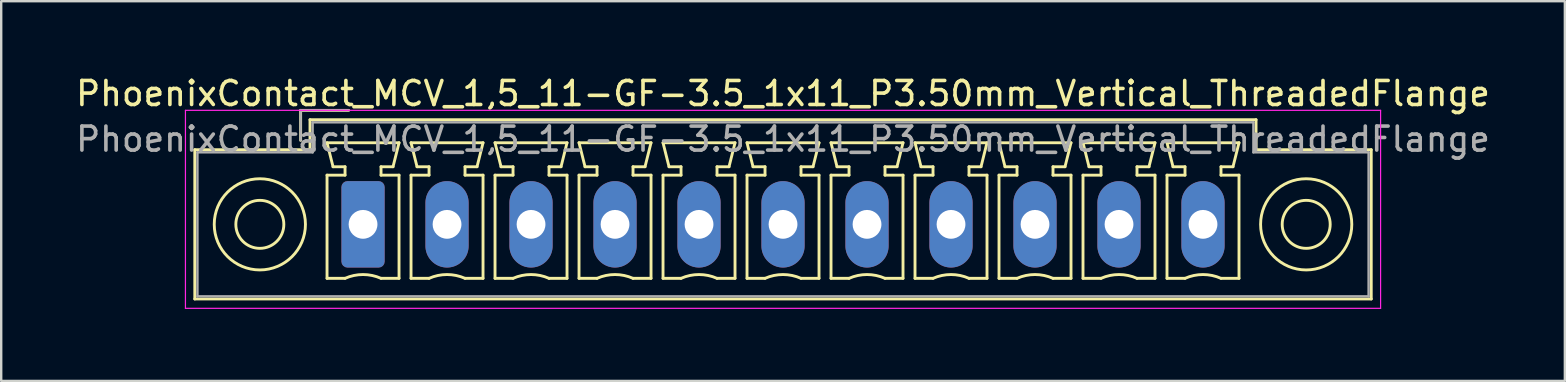
<source format=kicad_pcb>
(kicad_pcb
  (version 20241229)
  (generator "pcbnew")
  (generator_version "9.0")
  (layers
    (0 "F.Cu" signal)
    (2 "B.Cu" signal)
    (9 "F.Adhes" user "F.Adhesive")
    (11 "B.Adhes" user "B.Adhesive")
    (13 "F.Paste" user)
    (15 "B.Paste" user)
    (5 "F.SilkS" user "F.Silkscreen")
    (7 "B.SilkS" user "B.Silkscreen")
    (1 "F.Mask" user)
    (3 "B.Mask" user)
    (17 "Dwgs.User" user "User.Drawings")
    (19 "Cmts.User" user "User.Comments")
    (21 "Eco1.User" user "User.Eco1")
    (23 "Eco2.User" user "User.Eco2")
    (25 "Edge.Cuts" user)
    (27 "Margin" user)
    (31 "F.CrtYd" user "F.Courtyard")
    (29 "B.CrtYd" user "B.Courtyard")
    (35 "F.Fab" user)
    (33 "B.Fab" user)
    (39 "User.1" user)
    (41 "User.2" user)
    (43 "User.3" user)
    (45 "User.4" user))
  (footprint "PhoenixContact_MCV_1,5_11-GF-3.5_1x11_P3.50mm_Vertical_ThreadedFlange"
    (layer "F.Cu")
    (at 12.077 6.298)
    (property "Reference" "PhoenixContact_MCV_1,5_11-GF-3.5_1x11_P3.50mm_Vertical_ThreadedFlange" (at 17.5 -5.45 0) (layer "F.SilkS") (effects (font (size 1 1) (thickness 0.15))))
    (attr through_hole)
    (fp_line (start -7.01 -3.11) (end -7.01 3.11) (stroke (width 0.12) (type solid)) (layer "F.SilkS"))
    (fp_line (start -7.01 3.11) (end 42.01 3.11) (stroke (width 0.12) (type solid)) (layer "F.SilkS"))
    (fp_line (start -2.6 -4.75) (end -0.6 -4.75) (stroke (width 0.12) (type solid)) (layer "F.SilkS"))
    (fp_line (start -2.6 -3.5) (end -2.6 -4.75) (stroke (width 0.12) (type solid)) (layer "F.SilkS"))
    (fp_line (start -2.21 -4.36) (end -2.21 -3.11) (stroke (width 0.12) (type solid)) (layer "F.SilkS"))
    (fp_line (start -2.21 -3.11) (end -7.01 -3.11) (stroke (width 0.12) (type solid)) (layer "F.SilkS"))
    (fp_line (start -1.5 -3.4) (end 1.5 -3.4) (stroke (width 0.12) (type solid)) (layer "F.SilkS"))
    (fp_line (start -1.5 -2.05) (end -0.75 -2.05) (stroke (width 0.12) (type solid)) (layer "F.SilkS"))
    (fp_line (start -1.5 2.25) (end -1.5 -2.05) (stroke (width 0.12) (type solid)) (layer "F.SilkS"))
    (fp_line (start -1.25 -2.4) (end -1.5 -3.4) (stroke (width 0.12) (type solid)) (layer "F.SilkS"))
    (fp_line (start -0.75 -2.4) (end -1.25 -2.4) (stroke (width 0.12) (type solid)) (layer "F.SilkS"))
    (fp_line (start -0.75 -2.05) (end -0.75 -2.4) (stroke (width 0.12) (type solid)) (layer "F.SilkS"))
    (fp_line (start -0.75 2.25) (end -1.5 2.25) (stroke (width 0.12) (type solid)) (layer "F.SilkS"))
    (fp_line (start 0.75 -2.4) (end 0.75 -2.05) (stroke (width 0.12) (type solid)) (layer "F.SilkS"))
    (fp_line (start 0.75 -2.05) (end 1.5 -2.05) (stroke (width 0.12) (type solid)) (layer "F.SilkS"))
    (fp_line (start 1.25 -2.4) (end 0.75 -2.4) (stroke (width 0.12) (type solid)) (layer "F.SilkS"))
    (fp_line (start 1.5 -3.4) (end 1.25 -2.4) (stroke (width 0.12) (type solid)) (layer "F.SilkS"))
    (fp_line (start 1.5 -2.05) (end 1.5 2.25) (stroke (width 0.12) (type solid)) (layer "F.SilkS"))
    (fp_line (start 1.5 2.25) (end 0.75 2.25) (stroke (width 0.12) (type solid)) (layer "F.SilkS"))
    (fp_line (start 2 -3.4) (end 5 -3.4) (stroke (width 0.12) (type solid)) (layer "F.SilkS"))
    (fp_line (start 2 -2.05) (end 2.75 -2.05) (stroke (width 0.12) (type solid)) (layer "F.SilkS"))
    (fp_line (start 2 2.25) (end 2 -2.05) (stroke (width 0.12) (type solid)) (layer "F.SilkS"))
    (fp_line (start 2.25 -2.4) (end 2 -3.4) (stroke (width 0.12) (type solid)) (layer "F.SilkS"))
    (fp_line (start 2.75 -2.4) (end 2.25 -2.4) (stroke (width 0.12) (type solid)) (layer "F.SilkS"))
    (fp_line (start 2.75 -2.05) (end 2.75 -2.4) (stroke (width 0.12) (type solid)) (layer "F.SilkS"))
    (fp_line (start 2.75 2.25) (end 2 2.25) (stroke (width 0.12) (type solid)) (layer "F.SilkS"))
    (fp_line (start 4.25 -2.4) (end 4.25 -2.05) (stroke (width 0.12) (type solid)) (layer "F.SilkS"))
    (fp_line (start 4.25 -2.05) (end 5 -2.05) (stroke (width 0.12) (type solid)) (layer "F.SilkS"))
    (fp_line (start 4.75 -2.4) (end 4.25 -2.4) (stroke (width 0.12) (type solid)) (layer "F.SilkS"))
    (fp_line (start 5 -3.4) (end 4.75 -2.4) (stroke (width 0.12) (type solid)) (layer "F.SilkS"))
    (fp_line (start 5 -2.05) (end 5 2.25) (stroke (width 0.12) (type solid)) (layer "F.SilkS"))
    (fp_line (start 5 2.25) (end 4.25 2.25) (stroke (width 0.12) (type solid)) (layer "F.SilkS"))
    (fp_line (start 5.5 -3.4) (end 8.5 -3.4) (stroke (width 0.12) (type solid)) (layer "F.SilkS"))
    (fp_line (start 5.5 -2.05) (end 6.25 -2.05) (stroke (width 0.12) (type solid)) (layer "F.SilkS"))
    (fp_line (start 5.5 2.25) (end 5.5 -2.05) (stroke (width 0.12) (type solid)) (layer "F.SilkS"))
    (fp_line (start 5.75 -2.4) (end 5.5 -3.4) (stroke (width 0.12) (type solid)) (layer "F.SilkS"))
    (fp_line (start 6.25 -2.4) (end 5.75 -2.4) (stroke (width 0.12) (type solid)) (layer "F.SilkS"))
    (fp_line (start 6.25 -2.05) (end 6.25 -2.4) (stroke (width 0.12) (type solid)) (layer "F.SilkS"))
    (fp_line (start 6.25 2.25) (end 5.5 2.25) (stroke (width 0.12) (type solid)) (layer "F.SilkS"))
    (fp_line (start 7.75 -2.4) (end 7.75 -2.05) (stroke (width 0.12) (type solid)) (layer "F.SilkS"))
    (fp_line (start 7.75 -2.05) (end 8.5 -2.05) (stroke (width 0.12) (type solid)) (layer "F.SilkS"))
    (fp_line (start 8.25 -2.4) (end 7.75 -2.4) (stroke (width 0.12) (type solid)) (layer "F.SilkS"))
    (fp_line (start 8.5 -3.4) (end 8.25 -2.4) (stroke (width 0.12) (type solid)) (layer "F.SilkS"))
    (fp_line (start 8.5 -2.05) (end 8.5 2.25) (stroke (width 0.12) (type solid)) (layer "F.SilkS"))
    (fp_line (start 8.5 2.25) (end 7.75 2.25) (stroke (width 0.12) (type solid)) (layer "F.SilkS"))
    (fp_line (start 9 -3.4) (end 12 -3.4) (stroke (width 0.12) (type solid)) (layer "F.SilkS"))
    (fp_line (start 9 -2.05) (end 9.75 -2.05) (stroke (width 0.12) (type solid)) (layer "F.SilkS"))
    (fp_line (start 9 2.25) (end 9 -2.05) (stroke (width 0.12) (type solid)) (layer "F.SilkS"))
    (fp_line (start 9.25 -2.4) (end 9 -3.4) (stroke (width 0.12) (type solid)) (layer "F.SilkS"))
    (fp_line (start 9.75 -2.4) (end 9.25 -2.4) (stroke (width 0.12) (type solid)) (layer "F.SilkS"))
    (fp_line (start 9.75 -2.05) (end 9.75 -2.4) (stroke (width 0.12) (type solid)) (layer "F.SilkS"))
    (fp_line (start 9.75 2.25) (end 9 2.25) (stroke (width 0.12) (type solid)) (layer "F.SilkS"))
    (fp_line (start 11.25 -2.4) (end 11.25 -2.05) (stroke (width 0.12) (type solid)) (layer "F.SilkS"))
    (fp_line (start 11.25 -2.05) (end 12 -2.05) (stroke (width 0.12) (type solid)) (layer "F.SilkS"))
    (fp_line (start 11.75 -2.4) (end 11.25 -2.4) (stroke (width 0.12) (type solid)) (layer "F.SilkS"))
    (fp_line (start 12 -3.4) (end 11.75 -2.4) (stroke (width 0.12) (type solid)) (layer "F.SilkS"))
    (fp_line (start 12 -2.05) (end 12 2.25) (stroke (width 0.12) (type solid)) (layer "F.SilkS"))
    (fp_line (start 12 2.25) (end 11.25 2.25) (stroke (width 0.12) (type solid)) (layer "F.SilkS"))
    (fp_line (start 12.5 -3.4) (end 15.5 -3.4) (stroke (width 0.12) (type solid)) (layer "F.SilkS"))
    (fp_line (start 12.5 -2.05) (end 13.25 -2.05) (stroke (width 0.12) (type solid)) (layer "F.SilkS"))
    (fp_line (start 12.5 2.25) (end 12.5 -2.05) (stroke (width 0.12) (type solid)) (layer "F.SilkS"))
    (fp_line (start 12.75 -2.4) (end 12.5 -3.4) (stroke (width 0.12) (type solid)) (layer "F.SilkS"))
    (fp_line (start 13.25 -2.4) (end 12.75 -2.4) (stroke (width 0.12) (type solid)) (layer "F.SilkS"))
    (fp_line (start 13.25 -2.05) (end 13.25 -2.4) (stroke (width 0.12) (type solid)) (layer "F.SilkS"))
    (fp_line (start 13.25 2.25) (end 12.5 2.25) (stroke (width 0.12) (type solid)) (layer "F.SilkS"))
    (fp_line (start 14.75 -2.4) (end 14.75 -2.05) (stroke (width 0.12) (type solid)) (layer "F.SilkS"))
    (fp_line (start 14.75 -2.05) (end 15.5 -2.05) (stroke (width 0.12) (type solid)) (layer "F.SilkS"))
    (fp_line (start 15.25 -2.4) (end 14.75 -2.4) (stroke (width 0.12) (type solid)) (layer "F.SilkS"))
    (fp_line (start 15.5 -3.4) (end 15.25 -2.4) (stroke (width 0.12) (type solid)) (layer "F.SilkS"))
    (fp_line (start 15.5 -2.05) (end 15.5 2.25) (stroke (width 0.12) (type solid)) (layer "F.SilkS"))
    (fp_line (start 15.5 2.25) (end 14.75 2.25) (stroke (width 0.12) (type solid)) (layer "F.SilkS"))
    (fp_line (start 16 -3.4) (end 19 -3.4) (stroke (width 0.12) (type solid)) (layer "F.SilkS"))
    (fp_line (start 16 -2.05) (end 16.75 -2.05) (stroke (width 0.12) (type solid)) (layer "F.SilkS"))
    (fp_line (start 16 2.25) (end 16 -2.05) (stroke (width 0.12) (type solid)) (layer "F.SilkS"))
    (fp_line (start 16.25 -2.4) (end 16 -3.4) (stroke (width 0.12) (type solid)) (layer "F.SilkS"))
    (fp_line (start 16.75 -2.4) (end 16.25 -2.4) (stroke (width 0.12) (type solid)) (layer "F.SilkS"))
    (fp_line (start 16.75 -2.05) (end 16.75 -2.4) (stroke (width 0.12) (type solid)) (layer "F.SilkS"))
    (fp_line (start 16.75 2.25) (end 16 2.25) (stroke (width 0.12) (type solid)) (layer "F.SilkS"))
    (fp_line (start 18.25 -2.4) (end 18.25 -2.05) (stroke (width 0.12) (type solid)) (layer "F.SilkS"))
    (fp_line (start 18.25 -2.05) (end 19 -2.05) (stroke (width 0.12) (type solid)) (layer "F.SilkS"))
    (fp_line (start 18.75 -2.4) (end 18.25 -2.4) (stroke (width 0.12) (type solid)) (layer "F.SilkS"))
    (fp_line (start 19 -3.4) (end 18.75 -2.4) (stroke (width 0.12) (type solid)) (layer "F.SilkS"))
    (fp_line (start 19 -2.05) (end 19 2.25) (stroke (width 0.12) (type solid)) (layer "F.SilkS"))
    (fp_line (start 19 2.25) (end 18.25 2.25) (stroke (width 0.12) (type solid)) (layer "F.SilkS"))
    (fp_line (start 19.5 -3.4) (end 22.5 -3.4) (stroke (width 0.12) (type solid)) (layer "F.SilkS"))
    (fp_line (start 19.5 -2.05) (end 20.25 -2.05) (stroke (width 0.12) (type solid)) (layer "F.SilkS"))
    (fp_line (start 19.5 2.25) (end 19.5 -2.05) (stroke (width 0.12) (type solid)) (layer "F.SilkS"))
    (fp_line (start 19.75 -2.4) (end 19.5 -3.4) (stroke (width 0.12) (type solid)) (layer "F.SilkS"))
    (fp_line (start 20.25 -2.4) (end 19.75 -2.4) (stroke (width 0.12) (type solid)) (layer "F.SilkS"))
    (fp_line (start 20.25 -2.05) (end 20.25 -2.4) (stroke (width 0.12) (type solid)) (layer "F.SilkS"))
    (fp_line (start 20.25 2.25) (end 19.5 2.25) (stroke (width 0.12) (type solid)) (layer "F.SilkS"))
    (fp_line (start 21.75 -2.4) (end 21.75 -2.05) (stroke (width 0.12) (type solid)) (layer "F.SilkS"))
    (fp_line (start 21.75 -2.05) (end 22.5 -2.05) (stroke (width 0.12) (type solid)) (layer "F.SilkS"))
    (fp_line (start 22.25 -2.4) (end 21.75 -2.4) (stroke (width 0.12) (type solid)) (layer "F.SilkS"))
    (fp_line (start 22.5 -3.4) (end 22.25 -2.4) (stroke (width 0.12) (type solid)) (layer "F.SilkS"))
    (fp_line (start 22.5 -2.05) (end 22.5 2.25) (stroke (width 0.12) (type solid)) (layer "F.SilkS"))
    (fp_line (start 22.5 2.25) (end 21.75 2.25) (stroke (width 0.12) (type solid)) (layer "F.SilkS"))
    (fp_line (start 23 -3.4) (end 26 -3.4) (stroke (width 0.12) (type solid)) (layer "F.SilkS"))
    (fp_line (start 23 -2.05) (end 23.75 -2.05) (stroke (width 0.12) (type solid)) (layer "F.SilkS"))
    (fp_line (start 23 2.25) (end 23 -2.05) (stroke (width 0.12) (type solid)) (layer "F.SilkS"))
    (fp_line (start 23.25 -2.4) (end 23 -3.4) (stroke (width 0.12) (type solid)) (layer "F.SilkS"))
    (fp_line (start 23.75 -2.4) (end 23.25 -2.4) (stroke (width 0.12) (type solid)) (layer "F.SilkS"))
    (fp_line (start 23.75 -2.05) (end 23.75 -2.4) (stroke (width 0.12) (type solid)) (layer "F.SilkS"))
    (fp_line (start 23.75 2.25) (end 23 2.25) (stroke (width 0.12) (type solid)) (layer "F.SilkS"))
    (fp_line (start 25.25 -2.4) (end 25.25 -2.05) (stroke (width 0.12) (type solid)) (layer "F.SilkS"))
    (fp_line (start 25.25 -2.05) (end 26 -2.05) (stroke (width 0.12) (type solid)) (layer "F.SilkS"))
    (fp_line (start 25.75 -2.4) (end 25.25 -2.4) (stroke (width 0.12) (type solid)) (layer "F.SilkS"))
    (fp_line (start 26 -3.4) (end 25.75 -2.4) (stroke (width 0.12) (type solid)) (layer "F.SilkS"))
    (fp_line (start 26 -2.05) (end 26 2.25) (stroke (width 0.12) (type solid)) (layer "F.SilkS"))
    (fp_line (start 26 2.25) (end 25.25 2.25) (stroke (width 0.12) (type solid)) (layer "F.SilkS"))
    (fp_line (start 26.5 -3.4) (end 29.5 -3.4) (stroke (width 0.12) (type solid)) (layer "F.SilkS"))
    (fp_line (start 26.5 -2.05) (end 27.25 -2.05) (stroke (width 0.12) (type solid)) (layer "F.SilkS"))
    (fp_line (start 26.5 2.25) (end 26.5 -2.05) (stroke (width 0.12) (type solid)) (layer "F.SilkS"))
    (fp_line (start 26.75 -2.4) (end 26.5 -3.4) (stroke (width 0.12) (type solid)) (layer "F.SilkS"))
    (fp_line (start 27.25 -2.4) (end 26.75 -2.4) (stroke (width 0.12) (type solid)) (layer "F.SilkS"))
    (fp_line (start 27.25 -2.05) (end 27.25 -2.4) (stroke (width 0.12) (type solid)) (layer "F.SilkS"))
    (fp_line (start 27.25 2.25) (end 26.5 2.25) (stroke (width 0.12) (type solid)) (layer "F.SilkS"))
    (fp_line (start 28.75 -2.4) (end 28.75 -2.05) (stroke (width 0.12) (type solid)) (layer "F.SilkS"))
    (fp_line (start 28.75 -2.05) (end 29.5 -2.05) (stroke (width 0.12) (type solid)) (layer "F.SilkS"))
    (fp_line (start 29.25 -2.4) (end 28.75 -2.4) (stroke (width 0.12) (type solid)) (layer "F.SilkS"))
    (fp_line (start 29.5 -3.4) (end 29.25 -2.4) (stroke (width 0.12) (type solid)) (layer "F.SilkS"))
    (fp_line (start 29.5 -2.05) (end 29.5 2.25) (stroke (width 0.12) (type solid)) (layer "F.SilkS"))
    (fp_line (start 29.5 2.25) (end 28.75 2.25) (stroke (width 0.12) (type solid)) (layer "F.SilkS"))
    (fp_line (start 30 -3.4) (end 33 -3.4) (stroke (width 0.12) (type solid)) (layer "F.SilkS"))
    (fp_line (start 30 -2.05) (end 30.75 -2.05) (stroke (width 0.12) (type solid)) (layer "F.SilkS"))
    (fp_line (start 30 2.25) (end 30 -2.05) (stroke (width 0.12) (type solid)) (layer "F.SilkS"))
    (fp_line (start 30.25 -2.4) (end 30 -3.4) (stroke (width 0.12) (type solid)) (layer "F.SilkS"))
    (fp_line (start 30.75 -2.4) (end 30.25 -2.4) (stroke (width 0.12) (type solid)) (layer "F.SilkS"))
    (fp_line (start 30.75 -2.05) (end 30.75 -2.4) (stroke (width 0.12) (type solid)) (layer "F.SilkS"))
    (fp_line (start 30.75 2.25) (end 30 2.25) (stroke (width 0.12) (type solid)) (layer "F.SilkS"))
    (fp_line (start 32.25 -2.4) (end 32.25 -2.05) (stroke (width 0.12) (type solid)) (layer "F.SilkS"))
    (fp_line (start 32.25 -2.05) (end 33 -2.05) (stroke (width 0.12) (type solid)) (layer "F.SilkS"))
    (fp_line (start 32.75 -2.4) (end 32.25 -2.4) (stroke (width 0.12) (type solid)) (layer "F.SilkS"))
    (fp_line (start 33 -3.4) (end 32.75 -2.4) (stroke (width 0.12) (type solid)) (layer "F.SilkS"))
    (fp_line (start 33 -2.05) (end 33 2.25) (stroke (width 0.12) (type solid)) (layer "F.SilkS"))
    (fp_line (start 33 2.25) (end 32.25 2.25) (stroke (width 0.12) (type solid)) (layer "F.SilkS"))
    (fp_line (start 33.5 -3.4) (end 36.5 -3.4) (stroke (width 0.12) (type solid)) (layer "F.SilkS"))
    (fp_line (start 33.5 -2.05) (end 34.25 -2.05) (stroke (width 0.12) (type solid)) (layer "F.SilkS"))
    (fp_line (start 33.5 2.25) (end 33.5 -2.05) (stroke (width 0.12) (type solid)) (layer "F.SilkS"))
    (fp_line (start 33.75 -2.4) (end 33.5 -3.4) (stroke (width 0.12) (type solid)) (layer "F.SilkS"))
    (fp_line (start 34.25 -2.4) (end 33.75 -2.4) (stroke (width 0.12) (type solid)) (layer "F.SilkS"))
    (fp_line (start 34.25 -2.05) (end 34.25 -2.4) (stroke (width 0.12) (type solid)) (layer "F.SilkS"))
    (fp_line (start 34.25 2.25) (end 33.5 2.25) (stroke (width 0.12) (type solid)) (layer "F.SilkS"))
    (fp_line (start 35.75 -2.4) (end 35.75 -2.05) (stroke (width 0.12) (type solid)) (layer "F.SilkS"))
    (fp_line (start 35.75 -2.05) (end 36.5 -2.05) (stroke (width 0.12) (type solid)) (layer "F.SilkS"))
    (fp_line (start 36.25 -2.4) (end 35.75 -2.4) (stroke (width 0.12) (type solid)) (layer "F.SilkS"))
    (fp_line (start 36.5 -3.4) (end 36.25 -2.4) (stroke (width 0.12) (type solid)) (layer "F.SilkS"))
    (fp_line (start 36.5 -2.05) (end 36.5 2.25) (stroke (width 0.12) (type solid)) (layer "F.SilkS"))
    (fp_line (start 36.5 2.25) (end 35.75 2.25) (stroke (width 0.12) (type solid)) (layer "F.SilkS"))
    (fp_line (start 37.21 -4.36) (end -2.21 -4.36) (stroke (width 0.12) (type solid)) (layer "F.SilkS"))
    (fp_line (start 37.21 -3.11) (end 37.21 -4.36) (stroke (width 0.12) (type solid)) (layer "F.SilkS"))
    (fp_line (start 42.01 -3.11) (end 37.21 -3.11) (stroke (width 0.12) (type solid)) (layer "F.SilkS"))
    (fp_line (start 42.01 3.11) (end 42.01 -3.11) (stroke (width 0.12) (type solid)) (layer "F.SilkS"))
    (fp_arc (start -0.75 2.25) (mid -0.000193 2.09191) (end 0.749647 2.249844) (stroke (width 0.12) (type solid)) (layer "F.SilkS"))
    (fp_arc (start 2.75 2.25) (mid 3.499807 2.09191) (end 4.249647 2.249844) (stroke (width 0.12) (type solid)) (layer "F.SilkS"))
    (fp_arc (start 6.25 2.25) (mid 6.999807 2.09191) (end 7.749647 2.249844) (stroke (width 0.12) (type solid)) (layer "F.SilkS"))
    (fp_arc (start 9.75 2.25) (mid 10.499807 2.09191) (end 11.249647 2.249844) (stroke (width 0.12) (type solid)) (layer "F.SilkS"))
    (fp_arc (start 13.25 2.25) (mid 13.999807 2.09191) (end 14.749647 2.249844) (stroke (width 0.12) (type solid)) (layer "F.SilkS"))
    (fp_arc (start 16.75 2.25) (mid 17.499807 2.09191) (end 18.249647 2.249844) (stroke (width 0.12) (type solid)) (layer "F.SilkS"))
    (fp_arc (start 20.25 2.25) (mid 20.999807 2.09191) (end 21.749647 2.249844) (stroke (width 0.12) (type solid)) (layer "F.SilkS"))
    (fp_arc (start 23.75 2.25) (mid 24.499807 2.09191) (end 25.249647 2.249844) (stroke (width 0.12) (type solid)) (layer "F.SilkS"))
    (fp_arc (start 27.25 2.25) (mid 27.999807 2.09191) (end 28.749647 2.249844) (stroke (width 0.12) (type solid)) (layer "F.SilkS"))
    (fp_arc (start 30.75 2.25) (mid 31.499807 2.09191) (end 32.249647 2.249844) (stroke (width 0.12) (type solid)) (layer "F.SilkS"))
    (fp_arc (start 34.25 2.25) (mid 34.999807 2.09191) (end 35.749647 2.249844) (stroke (width 0.12) (type solid)) (layer "F.SilkS"))
    (fp_circle (center -4.3 0) (end -3.3 0) (stroke (width 0.12) (type solid)) (fill no) (layer "F.SilkS"))
    (fp_circle (center -4.3 0) (end -2.4 0) (stroke (width 0.12) (type solid)) (fill no) (layer "F.SilkS"))
    (fp_circle (center 39.3 0) (end 40.3 0) (stroke (width 0.12) (type solid)) (fill no) (layer "F.SilkS"))
    (fp_circle (center 39.3 0) (end 41.2 0) (stroke (width 0.12) (type solid)) (fill no) (layer "F.SilkS"))
    (fp_line (start -7.4 -4.75) (end -7.4 3.5) (stroke (width 0.05) (type solid)) (layer "F.CrtYd"))
    (fp_line (start -7.4 3.5) (end 42.4 3.5) (stroke (width 0.05) (type solid)) (layer "F.CrtYd"))
    (fp_line (start 42.4 -4.75) (end -7.4 -4.75) (stroke (width 0.05) (type solid)) (layer "F.CrtYd"))
    (fp_line (start 42.4 3.5) (end 42.4 -4.75) (stroke (width 0.05) (type solid)) (layer "F.CrtYd"))
    (fp_line (start -6.9 -3) (end -6.9 3) (stroke (width 0.1) (type solid)) (layer "F.Fab"))
    (fp_line (start -6.9 3) (end 41.9 3) (stroke (width 0.1) (type solid)) (layer "F.Fab"))
    (fp_line (start -2.6 -4.75) (end -0.6 -4.75) (stroke (width 0.1) (type solid)) (layer "F.Fab"))
    (fp_line (start -2.6 -3.5) (end -2.6 -4.75) (stroke (width 0.1) (type solid)) (layer "F.Fab"))
    (fp_line (start -2.1 -4.25) (end -2.1 -3) (stroke (width 0.1) (type solid)) (layer "F.Fab"))
    (fp_line (start -2.1 -3) (end -6.9 -3) (stroke (width 0.1) (type solid)) (layer "F.Fab"))
    (fp_line (start 37.1 -4.25) (end -2.1 -4.25) (stroke (width 0.1) (type solid)) (layer "F.Fab"))
    (fp_line (start 37.1 -3) (end 37.1 -4.25) (stroke (width 0.1) (type solid)) (layer "F.Fab"))
    (fp_line (start 41.9 -3) (end 37.1 -3) (stroke (width 0.1) (type solid)) (layer "F.Fab"))
    (fp_line (start 41.9 3) (end 41.9 -3) (stroke (width 0.1) (type solid)) (layer "F.Fab"))
    (fp_text user "${REFERENCE}" (at 17.5 -3.55 0) (layer "F.Fab") (effects (font (size 1 1) (thickness 0.15))))
    (pad "1" thru_hole roundrect (at 0 0) (size 1.8 3.6) (drill 1.2) (layers "*.Cu" "*.Mask") (roundrect_rratio 0.139))
    (pad "2" thru_hole oval (at 3.5 0) (size 1.8 3.6) (drill 1.2) (layers "*.Cu" "*.Mask"))
    (pad "3" thru_hole oval (at 7 0) (size 1.8 3.6) (drill 1.2) (layers "*.Cu" "*.Mask"))
    (pad "4" thru_hole oval (at 10.5 0) (size 1.8 3.6) (drill 1.2) (layers "*.Cu" "*.Mask"))
    (pad "5" thru_hole oval (at 14 0) (size 1.8 3.6) (drill 1.2) (layers "*.Cu" "*.Mask"))
    (pad "6" thru_hole oval (at 17.5 0) (size 1.8 3.6) (drill 1.2) (layers "*.Cu" "*.Mask"))
    (pad "7" thru_hole oval (at 21 0) (size 1.8 3.6) (drill 1.2) (layers "*.Cu" "*.Mask"))
    (pad "8" thru_hole oval (at 24.5 0) (size 1.8 3.6) (drill 1.2) (layers "*.Cu" "*.Mask"))
    (pad "9" thru_hole oval (at 28 0) (size 1.8 3.6) (drill 1.2) (layers "*.Cu" "*.Mask"))
    (pad "10" thru_hole oval (at 31.5 0) (size 1.8 3.6) (drill 1.2) (layers "*.Cu" "*.Mask"))
    (pad "11" thru_hole oval (at 35 0) (size 1.8 3.6) (drill 1.2) (layers "*.Cu" "*.Mask")))
  (gr_rect
    (start -3 -3)
    (end 62.155 12.823)
    (stroke (width 0.1) (type default))
    (fill no)
    (layer "Edge.Cuts")))
</source>
